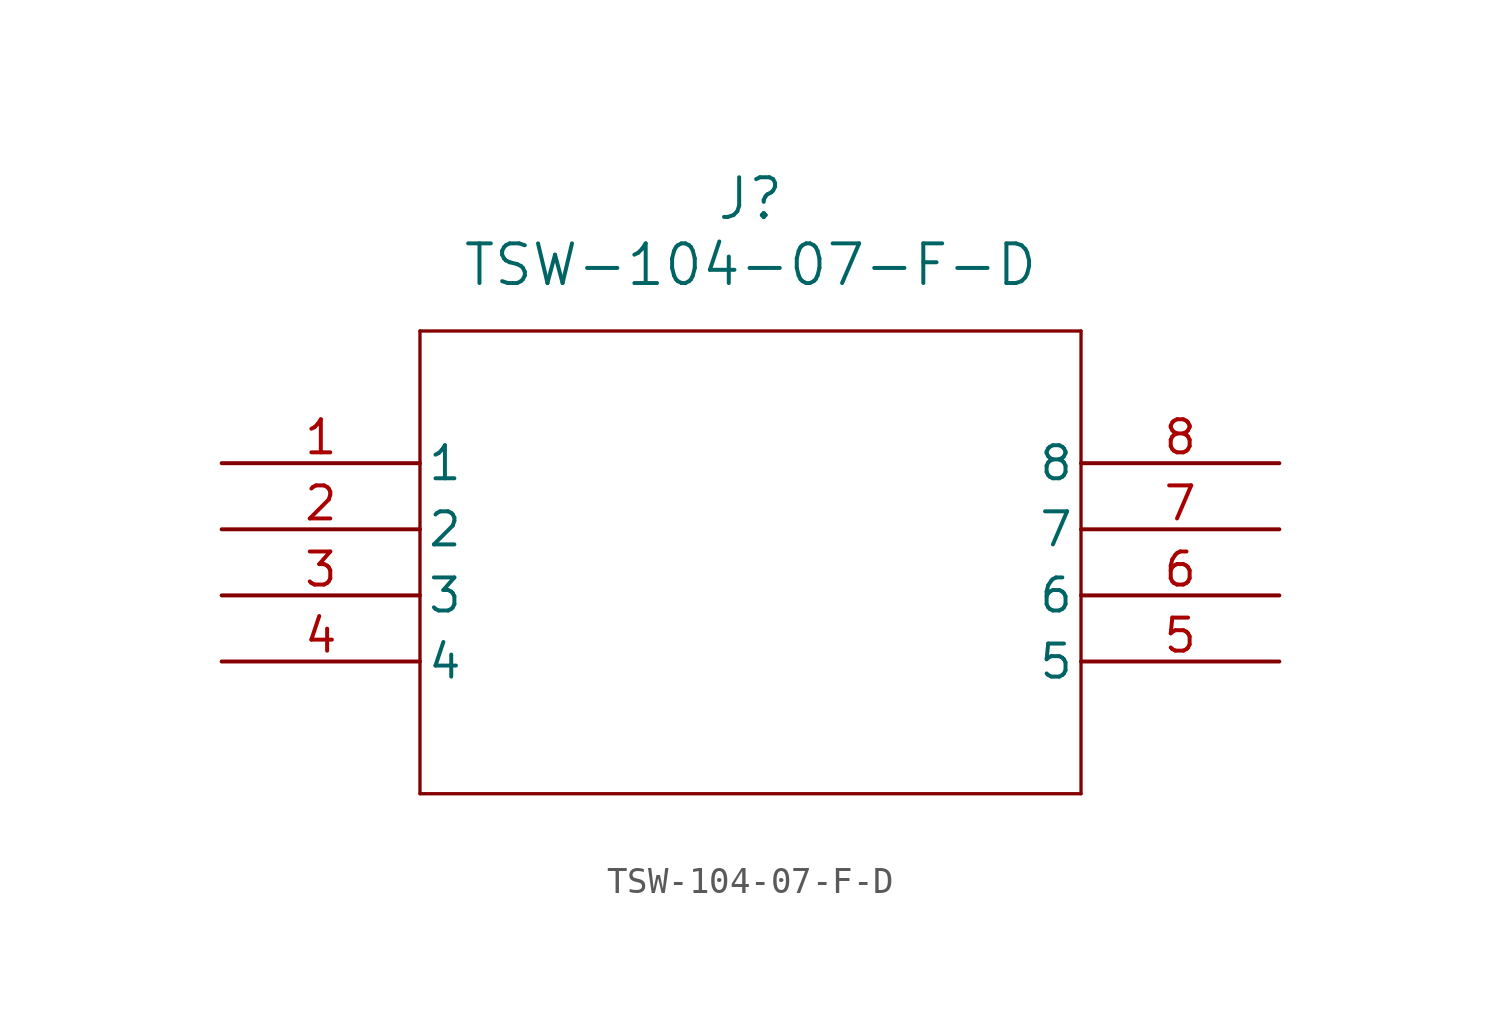
<source format=kicad_sym>
(kicad_symbol_lib
  (version 20211014)
  (generator kicad_symbol_editor)
  (symbol "TSW-104-07-F-D"
    (pin_names
      (offset 0.254))
    (property "Reference" "J"
      (at 20.32 10.16 0)
      (effects (font (size 1.524 1.524))))
    (property "Value" "TSW-104-07-F-D"
      (at 20.32 7.62 0)
      (effects (font (size 1.524 1.524))))
    (polyline
      (pts (xy 7.62 5.08) (xy 7.62 -12.7))
      (stroke (width 0.127) (type default) (color 0 0 0 0))
      (fill (type none)))
    (polyline
      (pts (xy 7.62 -12.7) (xy 33.02 -12.7))
      (stroke (width 0.127) (type default) (color 0 0 0 0))
      (fill (type none)))
    (polyline
      (pts (xy 33.02 -12.7) (xy 33.02 5.08))
      (stroke (width 0.127) (type default) (color 0 0 0 0))
      (fill (type none)))
    (polyline
      (pts (xy 33.02 5.08) (xy 7.62 5.08))
      (stroke (width 0.127) (type default) (color 0 0 0 0))
      (fill (type none)))
    (pin unspecified line
      (at 0 0 0)
      (length 7.62)
      (name "1" (effects (font (size 1.27 1.27))))
      (number "1" (effects (font (size 1.27 1.27)))))
    (pin unspecified line
      (at 0 -2.54 0)
      (length 7.62)
      (name "2" (effects (font (size 1.27 1.27))))
      (number "2" (effects (font (size 1.27 1.27)))))
    (pin unspecified line
      (at 0 -5.08 0)
      (length 7.62)
      (name "3" (effects (font (size 1.27 1.27))))
      (number "3" (effects (font (size 1.27 1.27)))))
    (pin unspecified line
      (at 0 -7.62 0)
      (length 7.62)
      (name "4" (effects (font (size 1.27 1.27))))
      (number "4" (effects (font (size 1.27 1.27)))))
    (pin unspecified line
      (at 40.64 -7.62 180)
      (length 7.62)
      (name "5" (effects (font (size 1.27 1.27))))
      (number "5" (effects (font (size 1.27 1.27)))))
    (pin unspecified line
      (at 40.64 -5.08 180)
      (length 7.62)
      (name "6" (effects (font (size 1.27 1.27))))
      (number "6" (effects (font (size 1.27 1.27)))))
    (pin unspecified line
      (at 40.64 -2.54 180)
      (length 7.62)
      (name "7" (effects (font (size 1.27 1.27))))
      (number "7" (effects (font (size 1.27 1.27)))))
    (pin unspecified line
      (at 40.64 0 180)
      (length 7.62)
      (name "8" (effects (font (size 1.27 1.27))))
      (number "8" (effects (font (size 1.27 1.27)))))))
</source>
